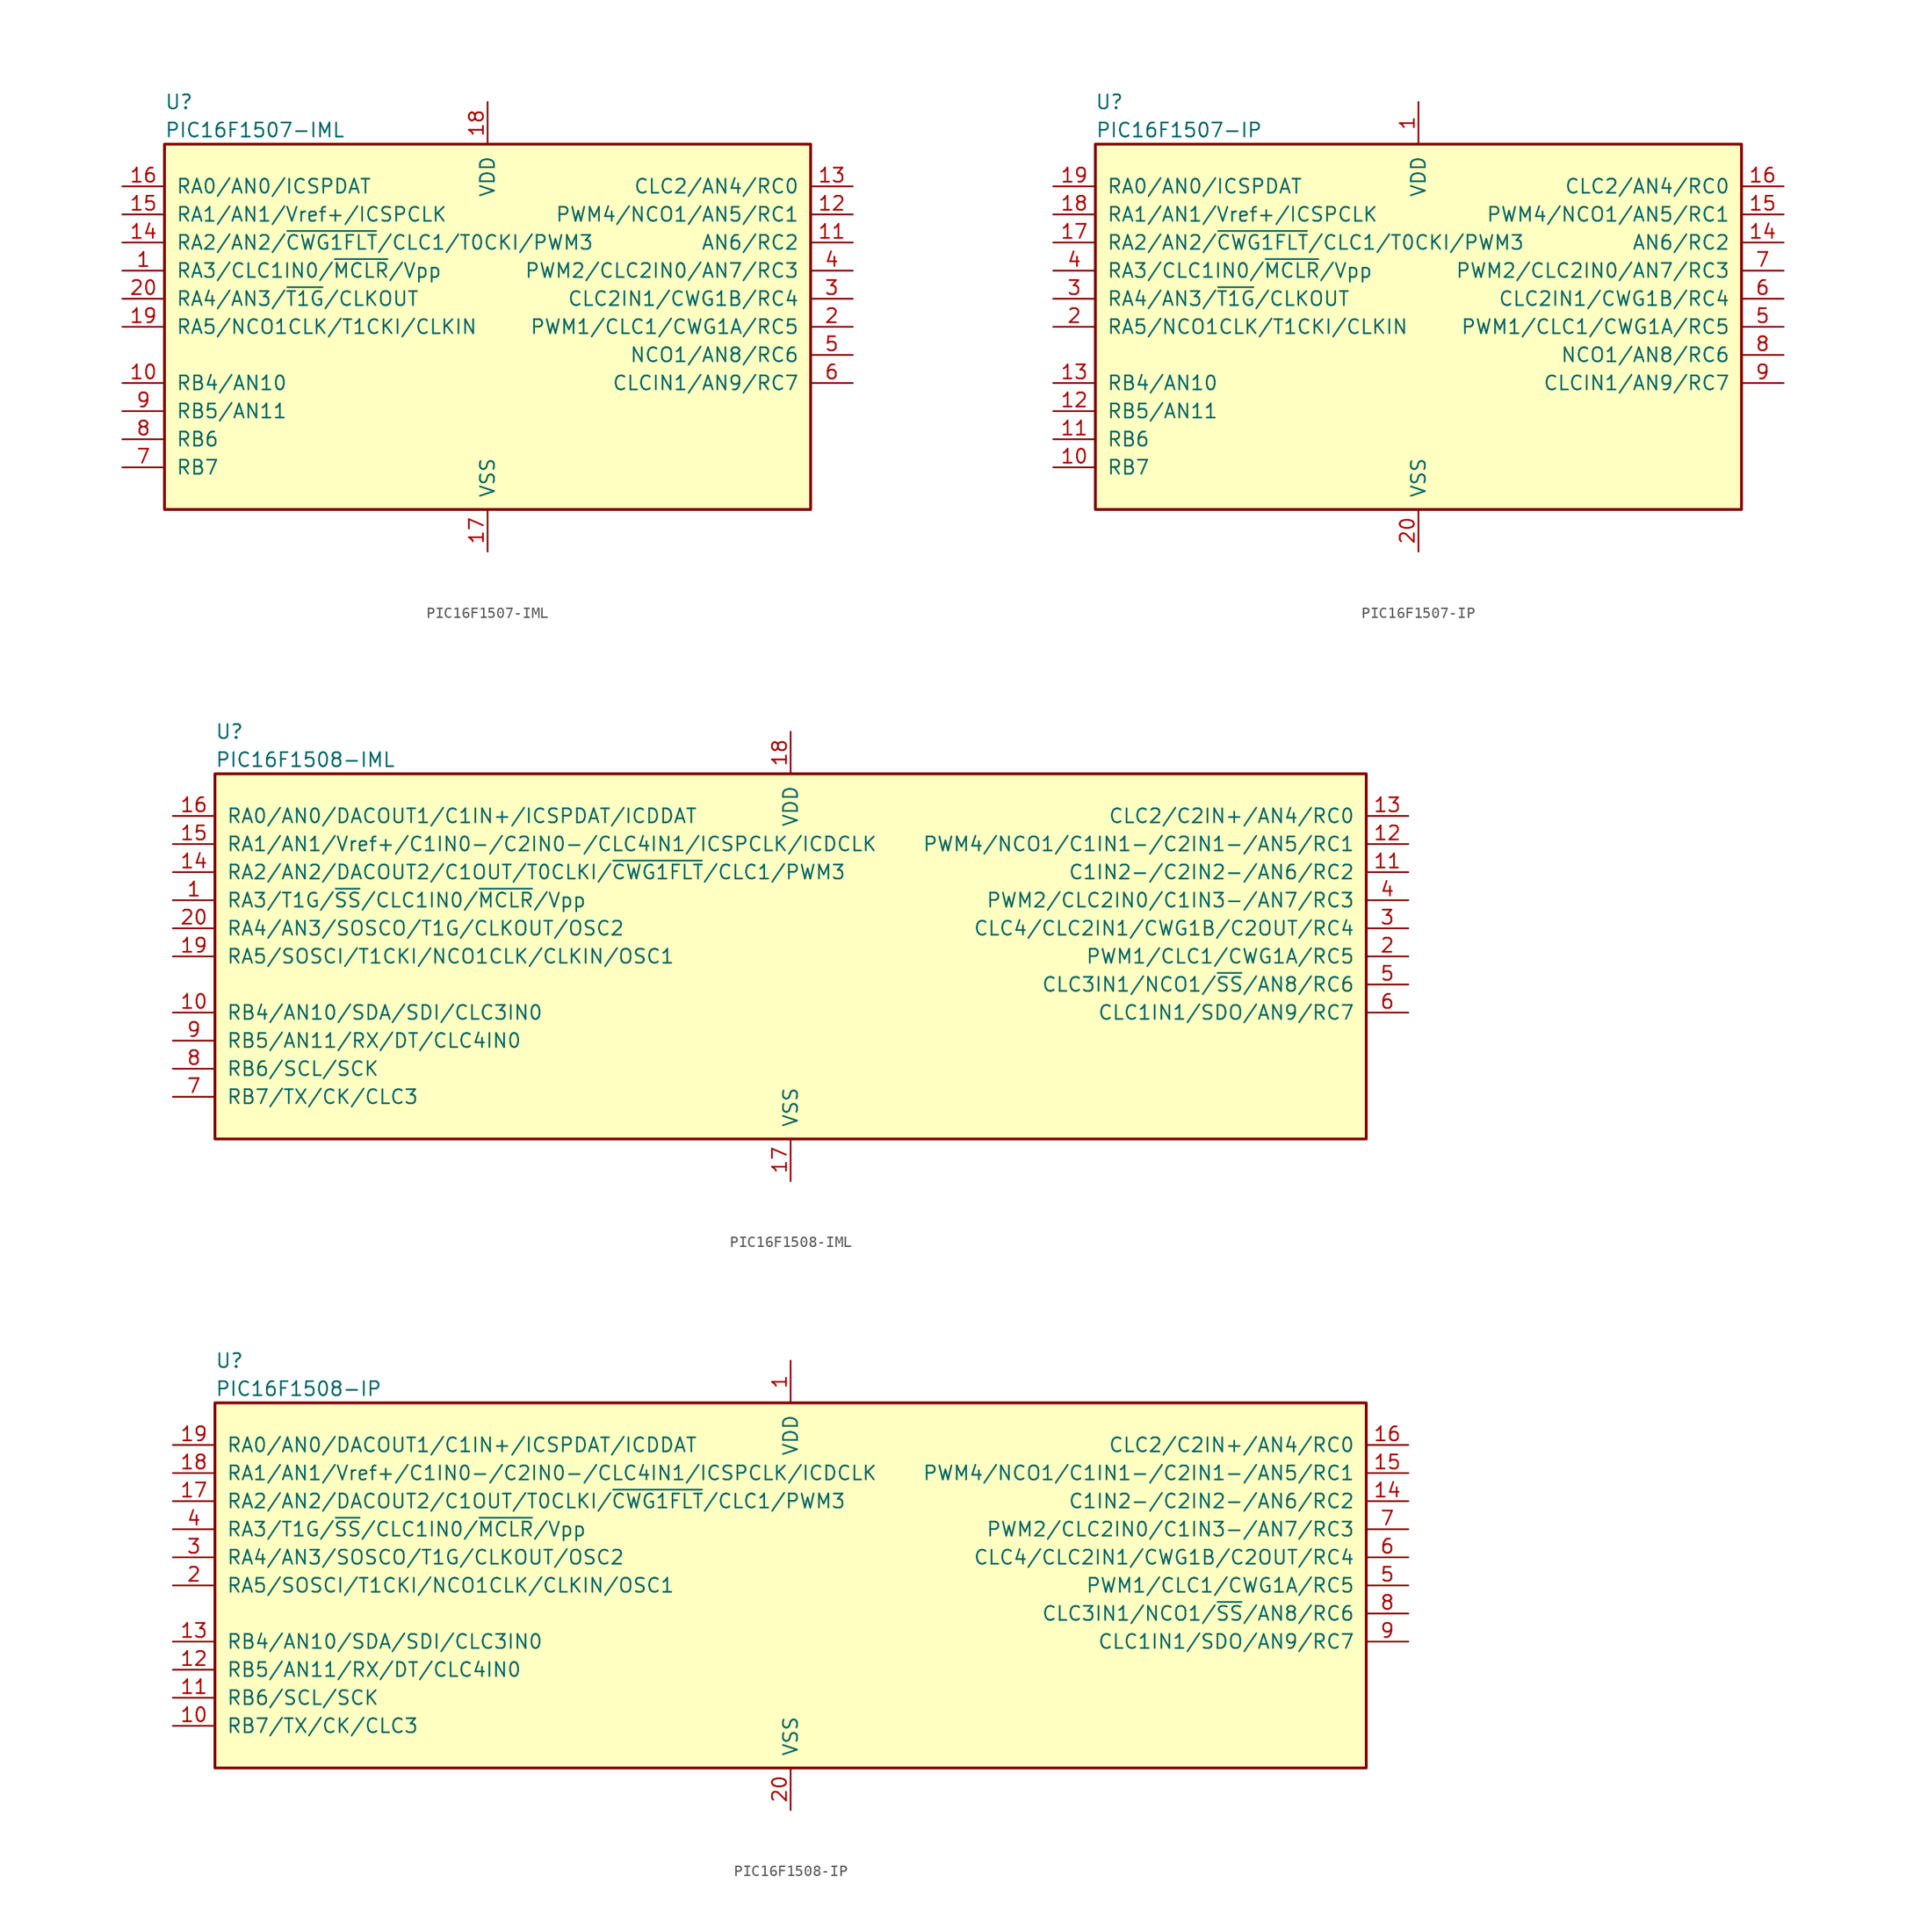
<source format=kicad_sym>
(kicad_symbol_lib
  (version 20220914)
  (generator kicad_symbol_editor)
  (symbol "PIC16F1507-IML"
    (pin_names
      (offset 1.016))
    (property "Reference" "U"
      (at -29.21 20.32 0)
      (effects (font (size 1.27 1.27)) (justify left)))
    (property "Value" "PIC16F1507-IML"
      (at -29.21 17.78 0)
      (effects (font (size 1.27 1.27)) (justify left)))
    (symbol "PIC16F1507-IML_0_1"
      (rectangle (start -29.21 16.51) (end 29.21 -16.51) (stroke (width 0.254) (type default)) (fill (type background))))
    (symbol "PIC16F1507-IML_1_1"
      (pin input line (at -33.02 5.08 0) (length 3.81) (name "RA3/CLC1IN0/~{MCLR}/Vpp" (effects (font (size 1.27 1.27)))) (number "1" (effects (font (size 1.27 1.27)))))
      (pin bidirectional line (at -33.02 -5.08 0) (length 3.81) (name "RB4/AN10" (effects (font (size 1.27 1.27)))) (number "10" (effects (font (size 1.27 1.27)))))
      (pin bidirectional line (at 33.02 7.62 180) (length 3.81) (name "AN6/RC2" (effects (font (size 1.27 1.27)))) (number "11" (effects (font (size 1.27 1.27)))))
      (pin bidirectional line (at 33.02 10.16 180) (length 3.81) (name "PWM4/NCO1/AN5/RC1" (effects (font (size 1.27 1.27)))) (number "12" (effects (font (size 1.27 1.27)))))
      (pin bidirectional line (at 33.02 12.7 180) (length 3.81) (name "CLC2/AN4/RC0" (effects (font (size 1.27 1.27)))) (number "13" (effects (font (size 1.27 1.27)))))
      (pin bidirectional line (at -33.02 7.62 0) (length 3.81) (name "RA2/AN2/~{CWG1FLT}/CLC1/T0CKI/PWM3" (effects (font (size 1.27 1.27)))) (number "14" (effects (font (size 1.27 1.27)))))
      (pin bidirectional line (at -33.02 10.16 0) (length 3.81) (name "RA1/AN1/Vref+/ICSPCLK" (effects (font (size 1.27 1.27)))) (number "15" (effects (font (size 1.27 1.27)))))
      (pin bidirectional line (at -33.02 12.7 0) (length 3.81) (name "RA0/AN0/ICSPDAT" (effects (font (size 1.27 1.27)))) (number "16" (effects (font (size 1.27 1.27)))))
      (pin power_in line (at 0 -20.32 90) (length 3.81) (name "VSS" (effects (font (size 1.27 1.27)))) (number "17" (effects (font (size 1.27 1.27)))))
      (pin power_in line (at 0 20.32 270) (length 3.81) (name "VDD" (effects (font (size 1.27 1.27)))) (number "18" (effects (font (size 1.27 1.27)))))
      (pin bidirectional line (at -33.02 0 0) (length 3.81) (name "RA5/NCO1CLK/T1CKI/CLKIN" (effects (font (size 1.27 1.27)))) (number "19" (effects (font (size 1.27 1.27)))))
      (pin bidirectional line (at 33.02 0 180) (length 3.81) (name "PWM1/CLC1/CWG1A/RC5" (effects (font (size 1.27 1.27)))) (number "2" (effects (font (size 1.27 1.27)))))
      (pin bidirectional line (at -33.02 2.54 0) (length 3.81) (name "RA4/AN3/~{T1G}/CLKOUT" (effects (font (size 1.27 1.27)))) (number "20" (effects (font (size 1.27 1.27)))))
      (pin bidirectional line (at 33.02 2.54 180) (length 3.81) (name "CLC2IN1/CWG1B/RC4" (effects (font (size 1.27 1.27)))) (number "3" (effects (font (size 1.27 1.27)))))
      (pin bidirectional line (at 33.02 5.08 180) (length 3.81) (name "PWM2/CLC2IN0/AN7/RC3" (effects (font (size 1.27 1.27)))) (number "4" (effects (font (size 1.27 1.27)))))
      (pin bidirectional line (at 33.02 -2.54 180) (length 3.81) (name "NCO1/AN8/RC6" (effects (font (size 1.27 1.27)))) (number "5" (effects (font (size 1.27 1.27)))))
      (pin bidirectional line (at 33.02 -5.08 180) (length 3.81) (name "CLCIN1/AN9/RC7" (effects (font (size 1.27 1.27)))) (number "6" (effects (font (size 1.27 1.27)))))
      (pin bidirectional line (at -33.02 -12.7 0) (length 3.81) (name "RB7" (effects (font (size 1.27 1.27)))) (number "7" (effects (font (size 1.27 1.27)))))
      (pin bidirectional line (at -33.02 -10.16 0) (length 3.81) (name "RB6" (effects (font (size 1.27 1.27)))) (number "8" (effects (font (size 1.27 1.27)))))
      (pin bidirectional line (at -33.02 -7.62 0) (length 3.81) (name "RB5/AN11" (effects (font (size 1.27 1.27)))) (number "9" (effects (font (size 1.27 1.27)))))))
  (symbol "PIC16F1507-IP"
    (pin_names
      (offset 1.016))
    (property "Reference" "U"
      (at -27.94 20.32 0)
      (effects (font (size 1.27 1.27))))
    (property "Value" "PIC16F1507-IP"
      (at -29.21 17.78 0)
      (effects (font (size 1.27 1.27)) (justify left)))
    (symbol "PIC16F1507-IP_0_1"
      (rectangle (start -29.21 16.51) (end 29.21 -16.51) (stroke (width 0.254) (type default)) (fill (type background))))
    (symbol "PIC16F1507-IP_1_1"
      (pin power_in line (at 0 20.32 270) (length 3.81) (name "VDD" (effects (font (size 1.27 1.27)))) (number "1" (effects (font (size 1.27 1.27)))))
      (pin bidirectional line (at -33.02 -12.7 0) (length 3.81) (name "RB7" (effects (font (size 1.27 1.27)))) (number "10" (effects (font (size 1.27 1.27)))))
      (pin bidirectional line (at -33.02 -10.16 0) (length 3.81) (name "RB6" (effects (font (size 1.27 1.27)))) (number "11" (effects (font (size 1.27 1.27)))))
      (pin bidirectional line (at -33.02 -7.62 0) (length 3.81) (name "RB5/AN11" (effects (font (size 1.27 1.27)))) (number "12" (effects (font (size 1.27 1.27)))))
      (pin bidirectional line (at -33.02 -5.08 0) (length 3.81) (name "RB4/AN10" (effects (font (size 1.27 1.27)))) (number "13" (effects (font (size 1.27 1.27)))))
      (pin bidirectional line (at 33.02 7.62 180) (length 3.81) (name "AN6/RC2" (effects (font (size 1.27 1.27)))) (number "14" (effects (font (size 1.27 1.27)))))
      (pin bidirectional line (at 33.02 10.16 180) (length 3.81) (name "PWM4/NCO1/AN5/RC1" (effects (font (size 1.27 1.27)))) (number "15" (effects (font (size 1.27 1.27)))))
      (pin bidirectional line (at 33.02 12.7 180) (length 3.81) (name "CLC2/AN4/RC0" (effects (font (size 1.27 1.27)))) (number "16" (effects (font (size 1.27 1.27)))))
      (pin bidirectional line (at -33.02 7.62 0) (length 3.81) (name "RA2/AN2/~{CWG1FLT}/CLC1/T0CKI/PWM3" (effects (font (size 1.27 1.27)))) (number "17" (effects (font (size 1.27 1.27)))))
      (pin bidirectional line (at -33.02 10.16 0) (length 3.81) (name "RA1/AN1/Vref+/ICSPCLK" (effects (font (size 1.27 1.27)))) (number "18" (effects (font (size 1.27 1.27)))))
      (pin bidirectional line (at -33.02 12.7 0) (length 3.81) (name "RA0/AN0/ICSPDAT" (effects (font (size 1.27 1.27)))) (number "19" (effects (font (size 1.27 1.27)))))
      (pin bidirectional line (at -33.02 0 0) (length 3.81) (name "RA5/NCO1CLK/T1CKI/CLKIN" (effects (font (size 1.27 1.27)))) (number "2" (effects (font (size 1.27 1.27)))))
      (pin power_in line (at 0 -20.32 90) (length 3.81) (name "VSS" (effects (font (size 1.27 1.27)))) (number "20" (effects (font (size 1.27 1.27)))))
      (pin bidirectional line (at -33.02 2.54 0) (length 3.81) (name "RA4/AN3/~{T1G}/CLKOUT" (effects (font (size 1.27 1.27)))) (number "3" (effects (font (size 1.27 1.27)))))
      (pin input line (at -33.02 5.08 0) (length 3.81) (name "RA3/CLC1IN0/~{MCLR}/Vpp" (effects (font (size 1.27 1.27)))) (number "4" (effects (font (size 1.27 1.27)))))
      (pin bidirectional line (at 33.02 0 180) (length 3.81) (name "PWM1/CLC1/CWG1A/RC5" (effects (font (size 1.27 1.27)))) (number "5" (effects (font (size 1.27 1.27)))))
      (pin bidirectional line (at 33.02 2.54 180) (length 3.81) (name "CLC2IN1/CWG1B/RC4" (effects (font (size 1.27 1.27)))) (number "6" (effects (font (size 1.27 1.27)))))
      (pin bidirectional line (at 33.02 5.08 180) (length 3.81) (name "PWM2/CLC2IN0/AN7/RC3" (effects (font (size 1.27 1.27)))) (number "7" (effects (font (size 1.27 1.27)))))
      (pin bidirectional line (at 33.02 -2.54 180) (length 3.81) (name "NCO1/AN8/RC6" (effects (font (size 1.27 1.27)))) (number "8" (effects (font (size 1.27 1.27)))))
      (pin bidirectional line (at 33.02 -5.08 180) (length 3.81) (name "CLCIN1/AN9/RC7" (effects (font (size 1.27 1.27)))) (number "9" (effects (font (size 1.27 1.27)))))))
  (symbol "PIC16F1508-IML"
    (pin_names
      (offset 1.016))
    (property "Reference" "U"
      (at -52.07 20.32 0)
      (effects (font (size 1.27 1.27)) (justify left)))
    (property "Value" "PIC16F1508-IML"
      (at -52.07 17.78 0)
      (effects (font (size 1.27 1.27)) (justify left)))
    (symbol "PIC16F1508-IML_0_1"
      (rectangle (start -52.07 16.51) (end 52.07 -16.51) (stroke (width 0.254) (type default)) (fill (type background))))
    (symbol "PIC16F1508-IML_1_1"
      (pin input line (at -55.88 5.08 0) (length 3.81) (name "RA3/T1G/~{SS}/CLC1IN0/~{MCLR}/Vpp" (effects (font (size 1.27 1.27)))) (number "1" (effects (font (size 1.27 1.27)))))
      (pin bidirectional line (at -55.88 -5.08 0) (length 3.81) (name "RB4/AN10/SDA/SDI/CLC3IN0" (effects (font (size 1.27 1.27)))) (number "10" (effects (font (size 1.27 1.27)))))
      (pin bidirectional line (at 55.88 7.62 180) (length 3.81) (name "C1IN2-/C2IN2-/AN6/RC2" (effects (font (size 1.27 1.27)))) (number "11" (effects (font (size 1.27 1.27)))))
      (pin bidirectional line (at 55.88 10.16 180) (length 3.81) (name "PWM4/NCO1/C1IN1-/C2IN1-/AN5/RC1" (effects (font (size 1.27 1.27)))) (number "12" (effects (font (size 1.27 1.27)))))
      (pin bidirectional line (at 55.88 12.7 180) (length 3.81) (name "CLC2/C2IN+/AN4/RC0" (effects (font (size 1.27 1.27)))) (number "13" (effects (font (size 1.27 1.27)))))
      (pin bidirectional line (at -55.88 7.62 0) (length 3.81) (name "RA2/AN2/DACOUT2/C1OUT/T0CLKI/~{CWG1FLT}/CLC1/PWM3" (effects (font (size 1.27 1.27)))) (number "14" (effects (font (size 1.27 1.27)))))
      (pin bidirectional line (at -55.88 10.16 0) (length 3.81) (name "RA1/AN1/Vref+/C1IN0-/C2IN0-/CLC4IN1/ICSPCLK/ICDCLK" (effects (font (size 1.27 1.27)))) (number "15" (effects (font (size 1.27 1.27)))))
      (pin bidirectional line (at -55.88 12.7 0) (length 3.81) (name "RA0/AN0/DACOUT1/C1IN+/ICSPDAT/ICDDAT" (effects (font (size 1.27 1.27)))) (number "16" (effects (font (size 1.27 1.27)))))
      (pin power_in line (at 0 -20.32 90) (length 3.81) (name "VSS" (effects (font (size 1.27 1.27)))) (number "17" (effects (font (size 1.27 1.27)))))
      (pin power_in line (at 0 20.32 270) (length 3.81) (name "VDD" (effects (font (size 1.27 1.27)))) (number "18" (effects (font (size 1.27 1.27)))))
      (pin bidirectional line (at -55.88 0 0) (length 3.81) (name "RA5/SOSCI/T1CKI/NCO1CLK/CLKIN/OSC1" (effects (font (size 1.27 1.27)))) (number "19" (effects (font (size 1.27 1.27)))))
      (pin bidirectional line (at 55.88 0 180) (length 3.81) (name "PWM1/CLC1/CWG1A/RC5" (effects (font (size 1.27 1.27)))) (number "2" (effects (font (size 1.27 1.27)))))
      (pin bidirectional line (at -55.88 2.54 0) (length 3.81) (name "RA4/AN3/SOSCO/T1G/CLKOUT/OSC2" (effects (font (size 1.27 1.27)))) (number "20" (effects (font (size 1.27 1.27)))))
      (pin bidirectional line (at 55.88 2.54 180) (length 3.81) (name "CLC4/CLC2IN1/CWG1B/C2OUT/RC4" (effects (font (size 1.27 1.27)))) (number "3" (effects (font (size 1.27 1.27)))))
      (pin bidirectional line (at 55.88 5.08 180) (length 3.81) (name "PWM2/CLC2IN0/C1IN3-/AN7/RC3" (effects (font (size 1.27 1.27)))) (number "4" (effects (font (size 1.27 1.27)))))
      (pin bidirectional line (at 55.88 -2.54 180) (length 3.81) (name "CLC3IN1/NCO1/~{SS}/AN8/RC6" (effects (font (size 1.27 1.27)))) (number "5" (effects (font (size 1.27 1.27)))))
      (pin bidirectional line (at 55.88 -5.08 180) (length 3.81) (name "CLC1IN1/SDO/AN9/RC7" (effects (font (size 1.27 1.27)))) (number "6" (effects (font (size 1.27 1.27)))))
      (pin bidirectional line (at -55.88 -12.7 0) (length 3.81) (name "RB7/TX/CK/CLC3" (effects (font (size 1.27 1.27)))) (number "7" (effects (font (size 1.27 1.27)))))
      (pin bidirectional line (at -55.88 -10.16 0) (length 3.81) (name "RB6/SCL/SCK" (effects (font (size 1.27 1.27)))) (number "8" (effects (font (size 1.27 1.27)))))
      (pin bidirectional line (at -55.88 -7.62 0) (length 3.81) (name "RB5/AN11/RX/DT/CLC4IN0" (effects (font (size 1.27 1.27)))) (number "9" (effects (font (size 1.27 1.27)))))))
  (symbol "PIC16F1508-IP"
    (pin_names
      (offset 1.016))
    (property "Reference" "U"
      (at -52.07 20.32 0)
      (effects (font (size 1.27 1.27)) (justify left)))
    (property "Value" "PIC16F1508-IP"
      (at -52.07 17.78 0)
      (effects (font (size 1.27 1.27)) (justify left)))
    (symbol "PIC16F1508-IP_0_1"
      (rectangle (start -52.07 16.51) (end 52.07 -16.51) (stroke (width 0.254) (type default)) (fill (type background))))
    (symbol "PIC16F1508-IP_1_1"
      (pin power_in line (at 0 20.32 270) (length 3.81) (name "VDD" (effects (font (size 1.27 1.27)))) (number "1" (effects (font (size 1.27 1.27)))))
      (pin bidirectional line (at -55.88 -12.7 0) (length 3.81) (name "RB7/TX/CK/CLC3" (effects (font (size 1.27 1.27)))) (number "10" (effects (font (size 1.27 1.27)))))
      (pin bidirectional line (at -55.88 -10.16 0) (length 3.81) (name "RB6/SCL/SCK" (effects (font (size 1.27 1.27)))) (number "11" (effects (font (size 1.27 1.27)))))
      (pin bidirectional line (at -55.88 -7.62 0) (length 3.81) (name "RB5/AN11/RX/DT/CLC4IN0" (effects (font (size 1.27 1.27)))) (number "12" (effects (font (size 1.27 1.27)))))
      (pin bidirectional line (at -55.88 -5.08 0) (length 3.81) (name "RB4/AN10/SDA/SDI/CLC3IN0" (effects (font (size 1.27 1.27)))) (number "13" (effects (font (size 1.27 1.27)))))
      (pin bidirectional line (at 55.88 7.62 180) (length 3.81) (name "C1IN2-/C2IN2-/AN6/RC2" (effects (font (size 1.27 1.27)))) (number "14" (effects (font (size 1.27 1.27)))))
      (pin bidirectional line (at 55.88 10.16 180) (length 3.81) (name "PWM4/NCO1/C1IN1-/C2IN1-/AN5/RC1" (effects (font (size 1.27 1.27)))) (number "15" (effects (font (size 1.27 1.27)))))
      (pin bidirectional line (at 55.88 12.7 180) (length 3.81) (name "CLC2/C2IN+/AN4/RC0" (effects (font (size 1.27 1.27)))) (number "16" (effects (font (size 1.27 1.27)))))
      (pin bidirectional line (at -55.88 7.62 0) (length 3.81) (name "RA2/AN2/DACOUT2/C1OUT/T0CLKI/~{CWG1FLT}/CLC1/PWM3" (effects (font (size 1.27 1.27)))) (number "17" (effects (font (size 1.27 1.27)))))
      (pin bidirectional line (at -55.88 10.16 0) (length 3.81) (name "RA1/AN1/Vref+/C1IN0-/C2IN0-/CLC4IN1/ICSPCLK/ICDCLK" (effects (font (size 1.27 1.27)))) (number "18" (effects (font (size 1.27 1.27)))))
      (pin bidirectional line (at -55.88 12.7 0) (length 3.81) (name "RA0/AN0/DACOUT1/C1IN+/ICSPDAT/ICDDAT" (effects (font (size 1.27 1.27)))) (number "19" (effects (font (size 1.27 1.27)))))
      (pin bidirectional line (at -55.88 0 0) (length 3.81) (name "RA5/SOSCI/T1CKI/NCO1CLK/CLKIN/OSC1" (effects (font (size 1.27 1.27)))) (number "2" (effects (font (size 1.27 1.27)))))
      (pin power_in line (at 0 -20.32 90) (length 3.81) (name "VSS" (effects (font (size 1.27 1.27)))) (number "20" (effects (font (size 1.27 1.27)))))
      (pin bidirectional line (at -55.88 2.54 0) (length 3.81) (name "RA4/AN3/SOSCO/T1G/CLKOUT/OSC2" (effects (font (size 1.27 1.27)))) (number "3" (effects (font (size 1.27 1.27)))))
      (pin input line (at -55.88 5.08 0) (length 3.81) (name "RA3/T1G/~{SS}/CLC1IN0/~{MCLR}/Vpp" (effects (font (size 1.27 1.27)))) (number "4" (effects (font (size 1.27 1.27)))))
      (pin bidirectional line (at 55.88 0 180) (length 3.81) (name "PWM1/CLC1/CWG1A/RC5" (effects (font (size 1.27 1.27)))) (number "5" (effects (font (size 1.27 1.27)))))
      (pin bidirectional line (at 55.88 2.54 180) (length 3.81) (name "CLC4/CLC2IN1/CWG1B/C2OUT/RC4" (effects (font (size 1.27 1.27)))) (number "6" (effects (font (size 1.27 1.27)))))
      (pin bidirectional line (at 55.88 5.08 180) (length 3.81) (name "PWM2/CLC2IN0/C1IN3-/AN7/RC3" (effects (font (size 1.27 1.27)))) (number "7" (effects (font (size 1.27 1.27)))))
      (pin bidirectional line (at 55.88 -2.54 180) (length 3.81) (name "CLC3IN1/NCO1/~{SS}/AN8/RC6" (effects (font (size 1.27 1.27)))) (number "8" (effects (font (size 1.27 1.27)))))
      (pin bidirectional line (at 55.88 -5.08 180) (length 3.81) (name "CLC1IN1/SDO/AN9/RC7" (effects (font (size 1.27 1.27)))) (number "9" (effects (font (size 1.27 1.27))))))))
</source>
